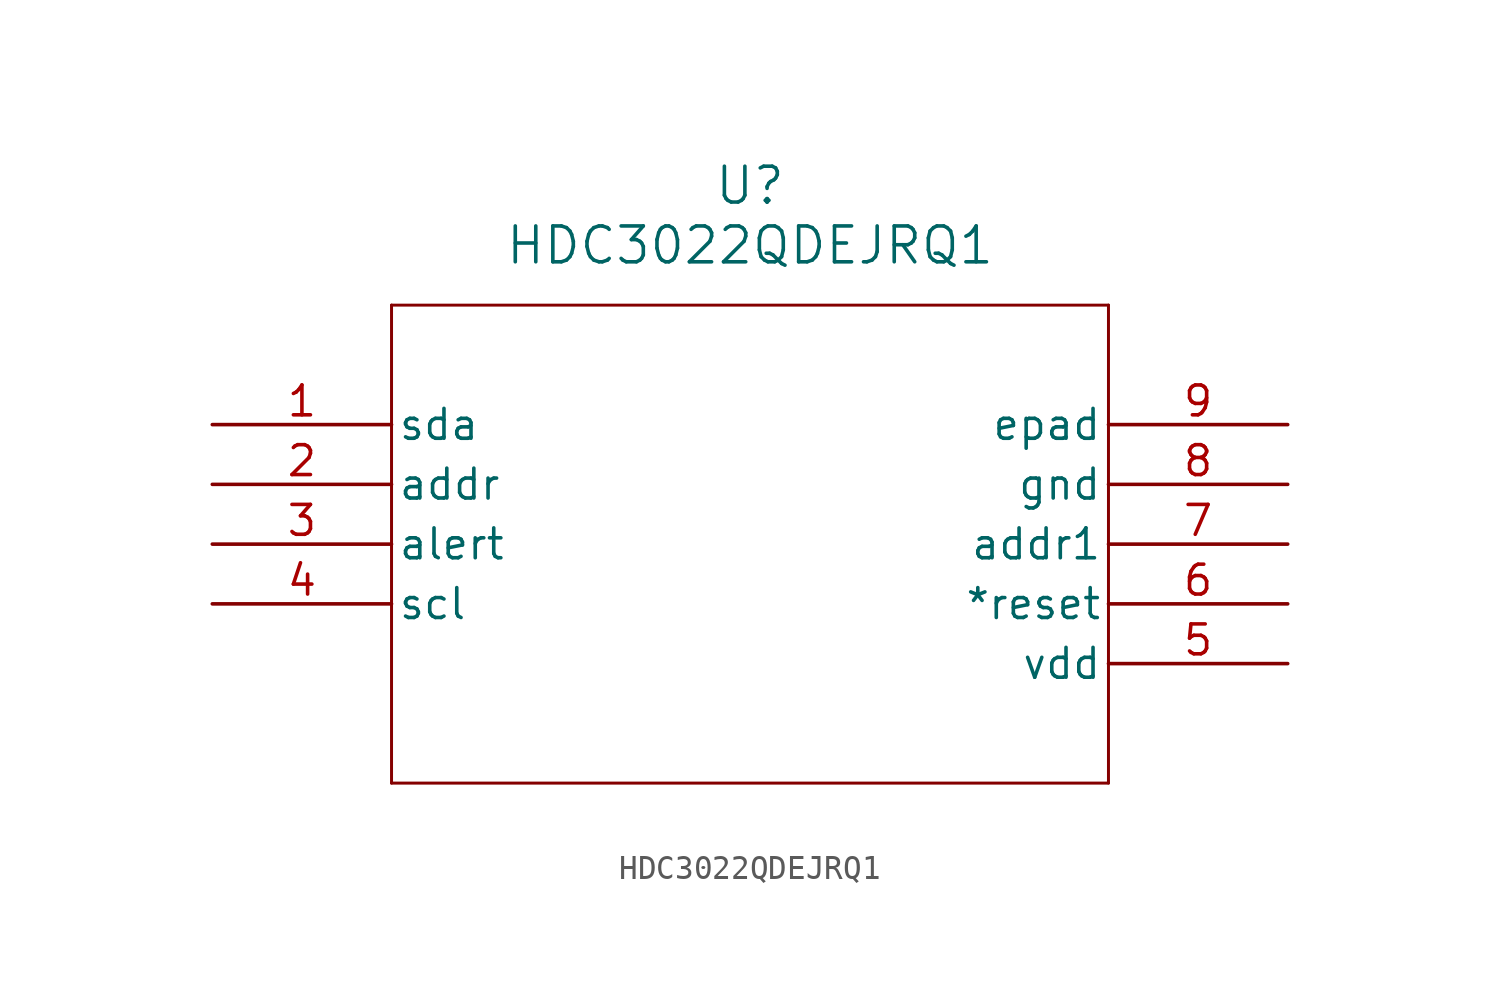
<source format=kicad_sym>
(kicad_symbol_lib
  (version 20231120)
  (generator "kicad_symbol_editor")
  (generator_version "8.0")
  (symbol "HDC3022QDEJRQ1"
    (pin_names
      (offset 0.254))
    (property "Reference" "U"
      (at 22.86 10.16 0)
      (effects (font (size 1.524 1.524))))
    (property "Value" "HDC3022QDEJRQ1"
      (at 22.86 7.62 0)
      (effects (font (size 1.524 1.524))))
    (property "ki_locked" ""
      (at 0 0 0)
      (effects (font (size 1.27 1.27))))
    (symbol "HDC3022QDEJRQ1_0_1"
      (polyline (pts (xy 7.62 -15.24) (xy 38.1 -15.24)) (stroke (width 0.127) (type default)) (fill (type none)))
      (polyline (pts (xy 7.62 5.08) (xy 7.62 -15.24)) (stroke (width 0.127) (type default)) (fill (type none)))
      (polyline (pts (xy 38.1 -15.24) (xy 38.1 5.08)) (stroke (width 0.127) (type default)) (fill (type none)))
      (polyline (pts (xy 38.1 5.08) (xy 7.62 5.08)) (stroke (width 0.127) (type default)) (fill (type none)))
      (pin bidirectional line (at 0 0 0) (length 7.62) (name "sda" (effects (font (size 1.27 1.27)))) (number "1" (effects (font (size 1.27 1.27)))))
      (pin input line (at 0 -2.54 0) (length 7.62) (name "addr" (effects (font (size 1.27 1.27)))) (number "2" (effects (font (size 1.27 1.27)))))
      (pin output line (at 0 -5.08 0) (length 7.62) (name "alert" (effects (font (size 1.27 1.27)))) (number "3" (effects (font (size 1.27 1.27)))))
      (pin input line (at 0 -7.62 0) (length 7.62) (name "scl" (effects (font (size 1.27 1.27)))) (number "4" (effects (font (size 1.27 1.27)))))
      (pin power_in line (at 45.72 -10.16 180) (length 7.62) (name "vdd" (effects (font (size 1.27 1.27)))) (number "5" (effects (font (size 1.27 1.27)))))
      (pin input line (at 45.72 -7.62 180) (length 7.62) (name "*reset" (effects (font (size 1.27 1.27)))) (number "6" (effects (font (size 1.27 1.27)))))
      (pin input line (at 45.72 -5.08 180) (length 7.62) (name "addr1" (effects (font (size 1.27 1.27)))) (number "7" (effects (font (size 1.27 1.27)))))
      (pin power_out line (at 45.72 -2.54 180) (length 7.62) (name "gnd" (effects (font (size 1.27 1.27)))) (number "8" (effects (font (size 1.27 1.27)))))
      (pin power_out line (at 45.72 0 180) (length 7.62) (name "epad" (effects (font (size 1.27 1.27)))) (number "9" (effects (font (size 1.27 1.27))))))))
</source>
